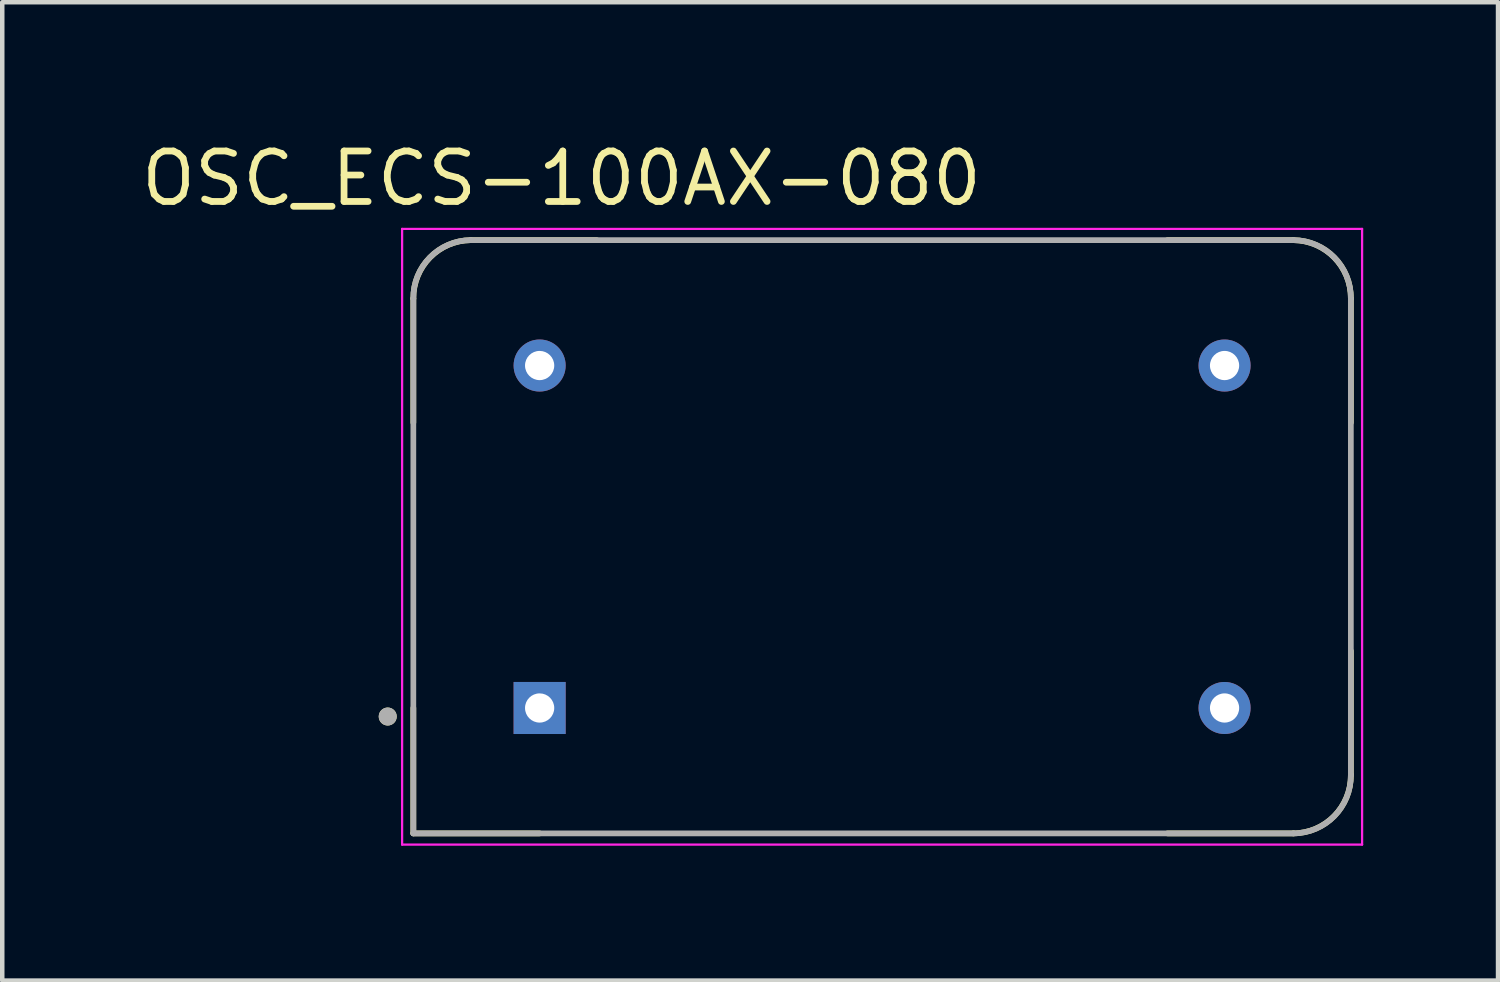
<source format=kicad_pcb>
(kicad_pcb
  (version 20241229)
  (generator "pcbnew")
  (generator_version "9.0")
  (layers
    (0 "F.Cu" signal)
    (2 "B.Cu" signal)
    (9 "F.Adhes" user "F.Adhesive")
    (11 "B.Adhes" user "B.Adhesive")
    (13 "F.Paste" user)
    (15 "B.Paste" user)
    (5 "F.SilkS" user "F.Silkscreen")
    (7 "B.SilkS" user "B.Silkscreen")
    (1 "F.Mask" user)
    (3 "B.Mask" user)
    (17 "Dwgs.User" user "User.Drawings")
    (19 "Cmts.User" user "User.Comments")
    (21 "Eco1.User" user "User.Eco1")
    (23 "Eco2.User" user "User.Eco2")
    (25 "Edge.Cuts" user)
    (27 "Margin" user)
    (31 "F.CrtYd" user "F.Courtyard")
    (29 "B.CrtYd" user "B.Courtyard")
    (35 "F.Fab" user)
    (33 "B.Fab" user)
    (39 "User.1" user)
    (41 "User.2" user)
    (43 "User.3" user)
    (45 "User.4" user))
  (footprint "OSC_ECS-100AX-080"
    (layer "F.Cu")
    (at 16.577 8.893)
    (property "Reference" "OSC_ECS-100AX-080" (at -7.132 -7.972 0) (layer "F.SilkS") (effects (font (size 1.123 1.123) (thickness 0.15))))
    (attr through_hole)
    (fp_line (start -10.43 -5.3) (end -10.43 -2.54) (stroke (width 0.127) (type solid)) (layer "F.SilkS"))
    (fp_line (start -10.43 3.81) (end -10.43 6.6) (stroke (width 0.127) (type solid)) (layer "F.SilkS"))
    (fp_line (start -10.43 6.6) (end -7.62 6.6) (stroke (width 0.127) (type solid)) (layer "F.SilkS"))
    (fp_line (start -6.35 -6.6) (end -9.15 -6.6) (stroke (width 0.127) (type solid)) (layer "F.SilkS"))
    (fp_line (start 6.35 -6.6) (end 9.15 -6.6) (stroke (width 0.127) (type solid)) (layer "F.SilkS"))
    (fp_line (start 6.35 6.6) (end 9.15 6.6) (stroke (width 0.127) (type solid)) (layer "F.SilkS"))
    (fp_line (start 10.43 -5.3) (end 10.43 -2.54) (stroke (width 0.127) (type solid)) (layer "F.SilkS"))
    (fp_line (start 10.43 5.3) (end 10.43 2.54) (stroke (width 0.127) (type solid)) (layer "F.SilkS"))
    (fp_arc (start -10.43 -5.3) (mid -10.059239 -6.215097) (end -9.15 -6.6) (stroke (width 0.127) (type solid)) (layer "F.SilkS"))
    (fp_arc (start 9.15 -6.6) (mid 10.059239 -6.215097) (end 10.43 -5.3) (stroke (width 0.127) (type solid)) (layer "F.SilkS"))
    (fp_arc (start 10.43 5.3) (mid 10.059239 6.215097) (end 9.15 6.6) (stroke (width 0.127) (type solid)) (layer "F.SilkS"))
    (fp_circle (center -11 4) (end -10.9 4) (stroke (width 0.2) (type solid)) (fill no) (layer "F.SilkS"))
    (fp_line (start -10.68 -6.85) (end 10.68 -6.85) (stroke (width 0.05) (type solid)) (layer "F.CrtYd"))
    (fp_line (start -10.68 6.85) (end -10.68 -6.85) (stroke (width 0.05) (type solid)) (layer "F.CrtYd"))
    (fp_line (start 10.68 -6.85) (end 10.68 6.85) (stroke (width 0.05) (type solid)) (layer "F.CrtYd"))
    (fp_line (start 10.68 6.85) (end -10.68 6.85) (stroke (width 0.05) (type solid)) (layer "F.CrtYd"))
    (fp_line (start -10.43 -5.3) (end -10.43 6.6) (stroke (width 0.127) (type solid)) (layer "F.Fab"))
    (fp_line (start -10.43 6.6) (end 9.16 6.6) (stroke (width 0.127) (type solid)) (layer "F.Fab"))
    (fp_line (start 9.16 -6.6) (end -9.16 -6.6) (stroke (width 0.127) (type solid)) (layer "F.Fab"))
    (fp_line (start 10.43 5.3) (end 10.43 -5.3) (stroke (width 0.127) (type solid)) (layer "F.Fab"))
    (fp_arc (start -10.43 -5.3) (mid -10.064239 -6.213026) (end -9.16 -6.6) (stroke (width 0.127) (type solid)) (layer "F.Fab"))
    (fp_arc (start 9.16 -6.6) (mid 10.064239 -6.213026) (end 10.43 -5.3) (stroke (width 0.127) (type solid)) (layer "F.Fab"))
    (fp_arc (start 10.43 5.3) (mid 10.064239 6.213026) (end 9.16 6.6) (stroke (width 0.127) (type solid)) (layer "F.Fab"))
    (fp_circle (center -11 4) (end -10.9 4) (stroke (width 0.2) (type solid)) (fill no) (layer "F.Fab"))
    (pad "1" thru_hole rect (at -7.62 3.81) (size 1.158 1.158) (drill 0.65) (layers "*.Cu" "*.Mask"))
    (pad "7" thru_hole circle (at 7.62 3.81) (size 1.158 1.158) (drill 0.65) (layers "*.Cu" "*.Mask"))
    (pad "8" thru_hole circle (at 7.62 -3.81) (size 1.158 1.158) (drill 0.65) (layers "*.Cu" "*.Mask"))
    (pad "14" thru_hole circle (at -7.62 -3.81) (size 1.158 1.158) (drill 0.65) (layers "*.Cu" "*.Mask")))
  (gr_rect
    (start -3 -3)
    (end 30.282 18.768)
    (stroke (width 0.1) (type default))
    (fill no)
    (layer "Edge.Cuts")))
</source>
